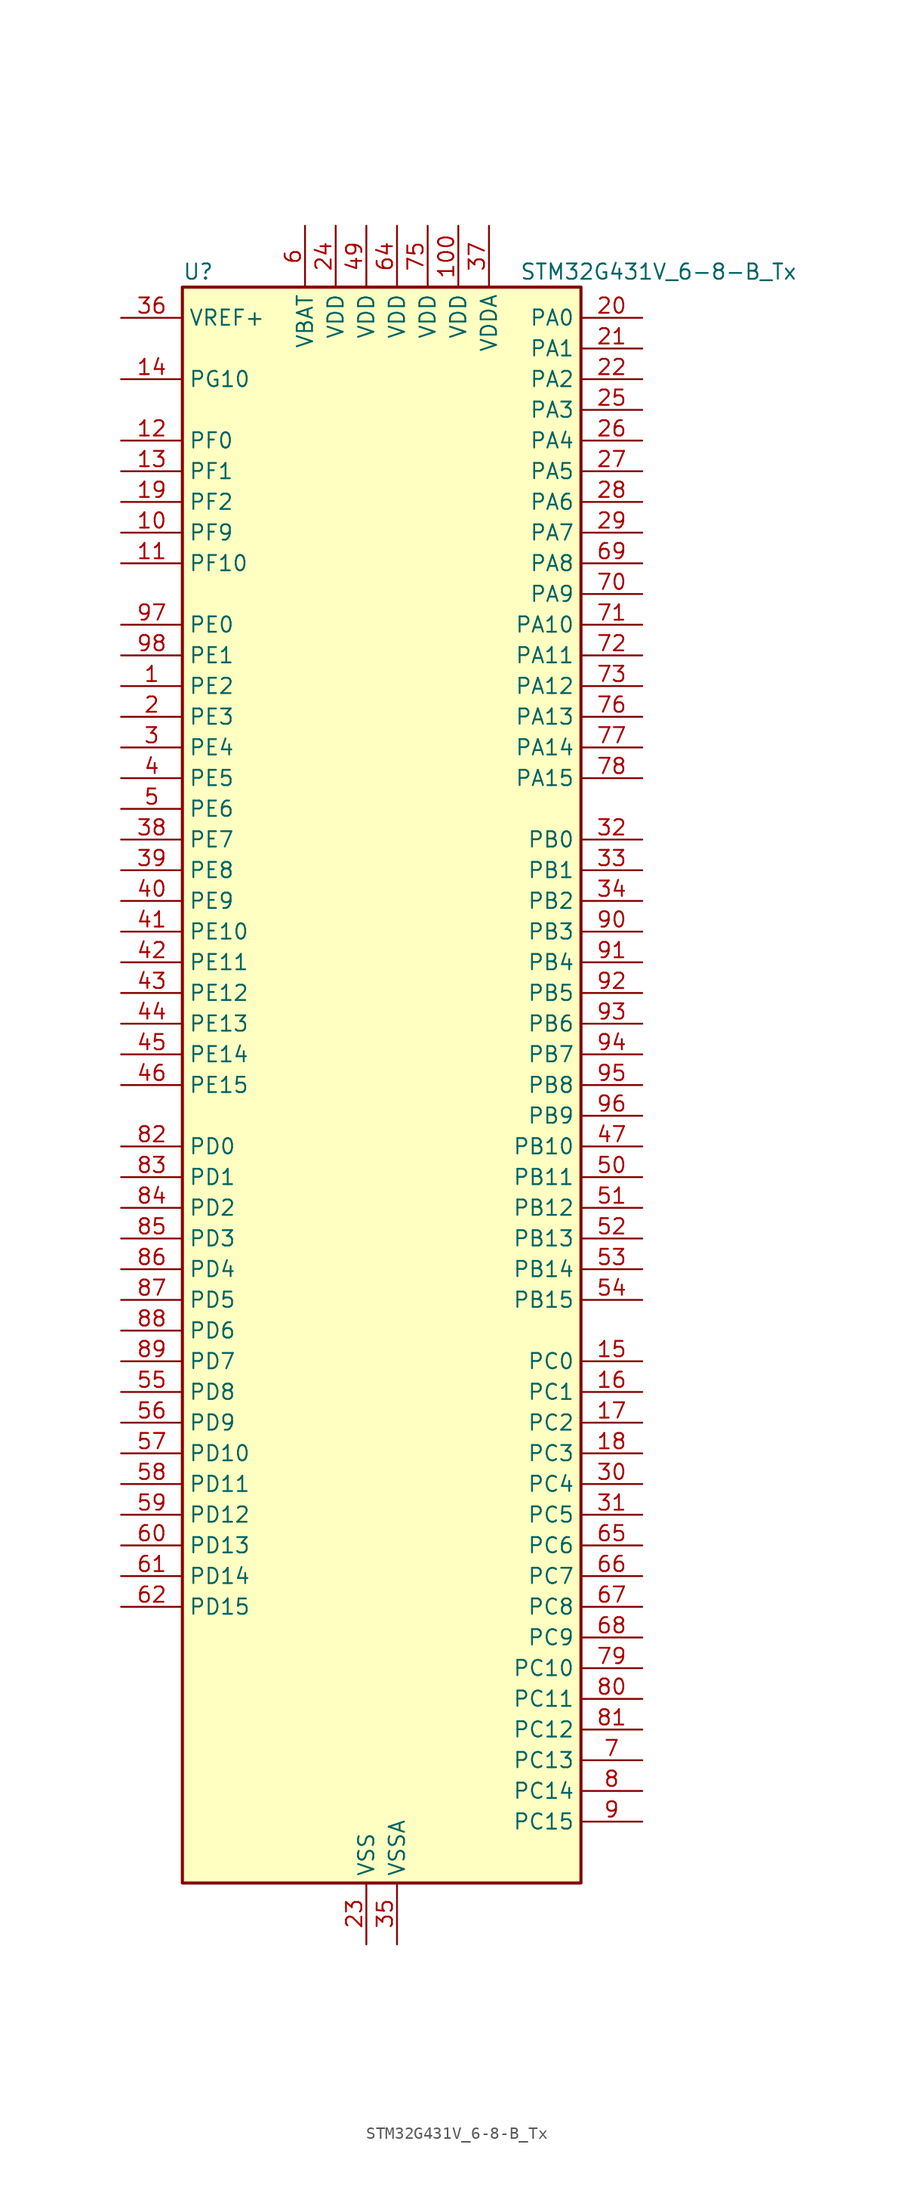
<source format=kicad_sym>
(kicad_symbol_lib
  (version 20231120)
  (generator "kicad_symbol_editor")
  (generator_version "8.0")
  (symbol "STM32G431V_6-8-B_Tx"
    (property "Reference" "U"
      (at -15.24 67.31 0)
      (effects (font (size 1.27 1.27)) (justify left)))
    (property "Value" "STM32G431V_6-8-B_Tx"
      (at 12.7 67.31 0)
      (effects (font (size 1.27 1.27)) (justify left)))
    (property "ki_locked" ""
      (at 0 0 0)
      (effects (font (size 1.27 1.27))))
    (symbol "STM32G431V_6-8-B_Tx_0_1"
      (rectangle (start -15.24 -66.04) (end 17.78 66.04) (stroke (width 0.254) (type default)) (fill (type background))))
    (symbol "STM32G431V_6-8-B_Tx_1_1"
      (pin bidirectional line (at -20.32 33.02 0) (length 5.08) (name "PE2" (effects (font (size 1.27 1.27)))) (number "1" (effects (font (size 1.27 1.27)))) (alternate "SAI1_CK1" bidirectional line) (alternate "SAI1_MCLK_A" bidirectional line) (alternate "SYS_TRACECLK" bidirectional line) (alternate "TIM3_CH1" bidirectional line))
      (pin bidirectional line (at -20.32 45.72 0) (length 5.08) (name "PF9" (effects (font (size 1.27 1.27)))) (number "10" (effects (font (size 1.27 1.27)))) (alternate "DAC1_EXTI9" bidirectional line) (alternate "DAC3_EXTI9" bidirectional line) (alternate "SAI1_FS_B" bidirectional line) (alternate "SPI2_SCK" bidirectional line) (alternate "TIM15_CH1" bidirectional line))
      (pin power_in line (at 7.62 71.12 270) (length 5.08) (name "VDD" (effects (font (size 1.27 1.27)))) (number "100" (effects (font (size 1.27 1.27)))))
      (pin bidirectional line (at -20.32 43.18 0) (length 5.08) (name "PF10" (effects (font (size 1.27 1.27)))) (number "11" (effects (font (size 1.27 1.27)))) (alternate "DAC1_EXTI10" bidirectional line) (alternate "DAC3_EXTI10" bidirectional line) (alternate "SAI1_D3" bidirectional line) (alternate "SPI2_SCK" bidirectional line) (alternate "TIM15_CH2" bidirectional line))
      (pin bidirectional line (at -20.32 53.34 0) (length 5.08) (name "PF0" (effects (font (size 1.27 1.27)))) (number "12" (effects (font (size 1.27 1.27)))) (alternate "ADC1_IN10" bidirectional line) (alternate "I2C2_SDA" bidirectional line) (alternate "I2S2_WS" bidirectional line) (alternate "RCC_OSC_IN" bidirectional line) (alternate "SPI2_NSS" bidirectional line) (alternate "TIM1_CH3N" bidirectional line))
      (pin bidirectional line (at -20.32 50.8 0) (length 5.08) (name "PF1" (effects (font (size 1.27 1.27)))) (number "13" (effects (font (size 1.27 1.27)))) (alternate "ADC2_IN10" bidirectional line) (alternate "COMP3_INM" bidirectional line) (alternate "I2S2_CK" bidirectional line) (alternate "RCC_OSC_OUT" bidirectional line) (alternate "SPI2_SCK" bidirectional line))
      (pin bidirectional line (at -20.32 58.42 0) (length 5.08) (name "PG10" (effects (font (size 1.27 1.27)))) (number "14" (effects (font (size 1.27 1.27)))) (alternate "DAC1_EXTI10" bidirectional line) (alternate "DAC3_EXTI10" bidirectional line) (alternate "RCC_MCO" bidirectional line))
      (pin bidirectional line (at 22.86 -22.86 180) (length 5.08) (name "PC0" (effects (font (size 1.27 1.27)))) (number "15" (effects (font (size 1.27 1.27)))) (alternate "ADC1_IN6" bidirectional line) (alternate "ADC2_IN6" bidirectional line) (alternate "COMP3_INM" bidirectional line) (alternate "LPTIM1_IN1" bidirectional line) (alternate "LPUART1_RX" bidirectional line) (alternate "TIM1_CH1" bidirectional line))
      (pin bidirectional line (at 22.86 -25.4 180) (length 5.08) (name "PC1" (effects (font (size 1.27 1.27)))) (number "16" (effects (font (size 1.27 1.27)))) (alternate "ADC1_IN7" bidirectional line) (alternate "ADC2_IN7" bidirectional line) (alternate "COMP3_INP" bidirectional line) (alternate "LPTIM1_OUT" bidirectional line) (alternate "LPUART1_TX" bidirectional line) (alternate "SAI1_SD_A" bidirectional line) (alternate "TIM1_CH2" bidirectional line))
      (pin bidirectional line (at 22.86 -27.94 180) (length 5.08) (name "PC2" (effects (font (size 1.27 1.27)))) (number "17" (effects (font (size 1.27 1.27)))) (alternate "ADC1_IN8" bidirectional line) (alternate "ADC2_IN8" bidirectional line) (alternate "COMP3_OUT" bidirectional line) (alternate "LPTIM1_IN2" bidirectional line) (alternate "TIM1_CH3" bidirectional line))
      (pin bidirectional line (at 22.86 -30.48 180) (length 5.08) (name "PC3" (effects (font (size 1.27 1.27)))) (number "18" (effects (font (size 1.27 1.27)))) (alternate "ADC1_IN9" bidirectional line) (alternate "ADC2_IN9" bidirectional line) (alternate "LPTIM1_ETR" bidirectional line) (alternate "SAI1_D1" bidirectional line) (alternate "SAI1_SD_A" bidirectional line) (alternate "TIM1_BKIN2" bidirectional line) (alternate "TIM1_CH4" bidirectional line))
      (pin bidirectional line (at -20.32 48.26 0) (length 5.08) (name "PF2" (effects (font (size 1.27 1.27)))) (number "19" (effects (font (size 1.27 1.27)))) (alternate "I2C2_SMBA" bidirectional line))
      (pin bidirectional line (at -20.32 30.48 0) (length 5.08) (name "PE3" (effects (font (size 1.27 1.27)))) (number "2" (effects (font (size 1.27 1.27)))) (alternate "SAI1_SD_B" bidirectional line) (alternate "SYS_TRACED0" bidirectional line) (alternate "TIM3_CH2" bidirectional line))
      (pin bidirectional line (at 22.86 63.5 180) (length 5.08) (name "PA0" (effects (font (size 1.27 1.27)))) (number "20" (effects (font (size 1.27 1.27)))) (alternate "ADC1_IN1" bidirectional line) (alternate "ADC2_IN1" bidirectional line) (alternate "COMP1_INM" bidirectional line) (alternate "COMP1_OUT" bidirectional line) (alternate "COMP3_INP" bidirectional line) (alternate "RTC_TAMP2" bidirectional line) (alternate "SYS_WKUP1" bidirectional line) (alternate "TIM2_CH1" bidirectional line) (alternate "TIM2_ETR" bidirectional line) (alternate "TIM8_BKIN" bidirectional line) (alternate "TIM8_ETR" bidirectional line) (alternate "USART2_CTS" bidirectional line) (alternate "USART2_NSS" bidirectional line))
      (pin bidirectional line (at 22.86 60.96 180) (length 5.08) (name "PA1" (effects (font (size 1.27 1.27)))) (number "21" (effects (font (size 1.27 1.27)))) (alternate "ADC1_IN2" bidirectional line) (alternate "ADC2_IN2" bidirectional line) (alternate "COMP1_INP" bidirectional line) (alternate "OPAMP1_VINP" bidirectional line) (alternate "OPAMP1_VINP_SEC" bidirectional line) (alternate "OPAMP3_VINP" bidirectional line) (alternate "OPAMP3_VINP_SEC" bidirectional line) (alternate "RTC_REFIN" bidirectional line) (alternate "TIM15_CH1N" bidirectional line) (alternate "TIM2_CH2" bidirectional line) (alternate "USART2_DE" bidirectional line) (alternate "USART2_RTS" bidirectional line))
      (pin bidirectional line (at 22.86 58.42 180) (length 5.08) (name "PA2" (effects (font (size 1.27 1.27)))) (number "22" (effects (font (size 1.27 1.27)))) (alternate "ADC1_IN3" bidirectional line) (alternate "COMP2_INM" bidirectional line) (alternate "COMP2_OUT" bidirectional line) (alternate "LPUART1_TX" bidirectional line) (alternate "OPAMP1_VOUT" bidirectional line) (alternate "RCC_LSCO" bidirectional line) (alternate "SYS_WKUP4" bidirectional line) (alternate "TIM15_CH1" bidirectional line) (alternate "TIM2_CH3" bidirectional line) (alternate "UCPD1_FRSTX1" bidirectional line) (alternate "UCPD1_FRSTX2" bidirectional line) (alternate "USART2_TX" bidirectional line))
      (pin power_in line (at 0 -71.12 90) (length 5.08) (name "VSS" (effects (font (size 1.27 1.27)))) (number "23" (effects (font (size 1.27 1.27)))))
      (pin power_in line (at -2.54 71.12 270) (length 5.08) (name "VDD" (effects (font (size 1.27 1.27)))) (number "24" (effects (font (size 1.27 1.27)))))
      (pin bidirectional line (at 22.86 55.88 180) (length 5.08) (name "PA3" (effects (font (size 1.27 1.27)))) (number "25" (effects (font (size 1.27 1.27)))) (alternate "ADC1_IN4" bidirectional line) (alternate "COMP2_INP" bidirectional line) (alternate "LPUART1_RX" bidirectional line) (alternate "OPAMP1_VINM" bidirectional line) (alternate "OPAMP1_VINM0" bidirectional line) (alternate "OPAMP1_VINM_SEC" bidirectional line) (alternate "OPAMP1_VINP" bidirectional line) (alternate "OPAMP1_VINP_SEC" bidirectional line) (alternate "SAI1_CK1" bidirectional line) (alternate "SAI1_MCLK_A" bidirectional line) (alternate "TIM15_CH2" bidirectional line) (alternate "TIM2_CH4" bidirectional line) (alternate "USART2_RX" bidirectional line))
      (pin bidirectional line (at 22.86 53.34 180) (length 5.08) (name "PA4" (effects (font (size 1.27 1.27)))) (number "26" (effects (font (size 1.27 1.27)))) (alternate "ADC2_IN17" bidirectional line) (alternate "COMP1_INM" bidirectional line) (alternate "DAC1_OUT1" bidirectional line) (alternate "I2S3_WS" bidirectional line) (alternate "SAI1_FS_B" bidirectional line) (alternate "SPI1_NSS" bidirectional line) (alternate "SPI3_NSS" bidirectional line) (alternate "TIM3_CH2" bidirectional line) (alternate "USART2_CK" bidirectional line))
      (pin bidirectional line (at 22.86 50.8 180) (length 5.08) (name "PA5" (effects (font (size 1.27 1.27)))) (number "27" (effects (font (size 1.27 1.27)))) (alternate "ADC2_IN13" bidirectional line) (alternate "COMP2_INM" bidirectional line) (alternate "DAC1_OUT2" bidirectional line) (alternate "OPAMP2_VINM" bidirectional line) (alternate "OPAMP2_VINM0" bidirectional line) (alternate "OPAMP2_VINM_SEC" bidirectional line) (alternate "SPI1_SCK" bidirectional line) (alternate "TIM2_CH1" bidirectional line) (alternate "TIM2_ETR" bidirectional line) (alternate "UCPD1_FRSTX1" bidirectional line) (alternate "UCPD1_FRSTX2" bidirectional line))
      (pin bidirectional line (at 22.86 48.26 180) (length 5.08) (name "PA6" (effects (font (size 1.27 1.27)))) (number "28" (effects (font (size 1.27 1.27)))) (alternate "ADC2_IN3" bidirectional line) (alternate "COMP1_OUT" bidirectional line) (alternate "LPUART1_CTS" bidirectional line) (alternate "OPAMP2_VOUT" bidirectional line) (alternate "SPI1_MISO" bidirectional line) (alternate "TIM16_CH1" bidirectional line) (alternate "TIM1_BKIN" bidirectional line) (alternate "TIM3_CH1" bidirectional line) (alternate "TIM8_BKIN" bidirectional line))
      (pin bidirectional line (at 22.86 45.72 180) (length 5.08) (name "PA7" (effects (font (size 1.27 1.27)))) (number "29" (effects (font (size 1.27 1.27)))) (alternate "ADC2_IN4" bidirectional line) (alternate "COMP2_INP" bidirectional line) (alternate "COMP2_OUT" bidirectional line) (alternate "OPAMP1_VINP" bidirectional line) (alternate "OPAMP1_VINP_SEC" bidirectional line) (alternate "OPAMP2_VINP" bidirectional line) (alternate "OPAMP2_VINP_SEC" bidirectional line) (alternate "SPI1_MOSI" bidirectional line) (alternate "TIM17_CH1" bidirectional line) (alternate "TIM1_CH1N" bidirectional line) (alternate "TIM3_CH2" bidirectional line) (alternate "TIM8_CH1N" bidirectional line) (alternate "UCPD1_FRSTX1" bidirectional line) (alternate "UCPD1_FRSTX2" bidirectional line))
      (pin bidirectional line (at -20.32 27.94 0) (length 5.08) (name "PE4" (effects (font (size 1.27 1.27)))) (number "3" (effects (font (size 1.27 1.27)))) (alternate "SAI1_D2" bidirectional line) (alternate "SAI1_FS_A" bidirectional line) (alternate "SYS_TRACED1" bidirectional line) (alternate "TIM3_CH3" bidirectional line))
      (pin bidirectional line (at 22.86 -33.02 180) (length 5.08) (name "PC4" (effects (font (size 1.27 1.27)))) (number "30" (effects (font (size 1.27 1.27)))) (alternate "ADC2_IN5" bidirectional line) (alternate "I2C2_SCL" bidirectional line) (alternate "TIM1_ETR" bidirectional line) (alternate "USART1_TX" bidirectional line))
      (pin bidirectional line (at 22.86 -35.56 180) (length 5.08) (name "PC5" (effects (font (size 1.27 1.27)))) (number "31" (effects (font (size 1.27 1.27)))) (alternate "ADC2_IN11" bidirectional line) (alternate "OPAMP1_VINM" bidirectional line) (alternate "OPAMP1_VINM1" bidirectional line) (alternate "OPAMP1_VINM_SEC" bidirectional line) (alternate "OPAMP2_VINM" bidirectional line) (alternate "OPAMP2_VINM1" bidirectional line) (alternate "OPAMP2_VINM_SEC" bidirectional line) (alternate "SAI1_D3" bidirectional line) (alternate "SYS_WKUP5" bidirectional line) (alternate "TIM15_BKIN" bidirectional line) (alternate "TIM1_CH4N" bidirectional line) (alternate "USART1_RX" bidirectional line))
      (pin bidirectional line (at 22.86 20.32 180) (length 5.08) (name "PB0" (effects (font (size 1.27 1.27)))) (number "32" (effects (font (size 1.27 1.27)))) (alternate "ADC1_IN15" bidirectional line) (alternate "COMP4_INP" bidirectional line) (alternate "OPAMP2_VINP" bidirectional line) (alternate "OPAMP2_VINP_SEC" bidirectional line) (alternate "OPAMP3_VINP" bidirectional line) (alternate "OPAMP3_VINP_SEC" bidirectional line) (alternate "TIM1_CH2N" bidirectional line) (alternate "TIM3_CH3" bidirectional line) (alternate "TIM8_CH2N" bidirectional line) (alternate "UCPD1_FRSTX1" bidirectional line) (alternate "UCPD1_FRSTX2" bidirectional line))
      (pin bidirectional line (at 22.86 17.78 180) (length 5.08) (name "PB1" (effects (font (size 1.27 1.27)))) (number "33" (effects (font (size 1.27 1.27)))) (alternate "ADC1_IN12" bidirectional line) (alternate "COMP1_INP" bidirectional line) (alternate "COMP4_OUT" bidirectional line) (alternate "LPUART1_DE" bidirectional line) (alternate "LPUART1_RTS" bidirectional line) (alternate "OPAMP3_VOUT" bidirectional line) (alternate "TIM1_CH3N" bidirectional line) (alternate "TIM3_CH4" bidirectional line) (alternate "TIM8_CH3N" bidirectional line))
      (pin bidirectional line (at 22.86 15.24 180) (length 5.08) (name "PB2" (effects (font (size 1.27 1.27)))) (number "34" (effects (font (size 1.27 1.27)))) (alternate "ADC2_IN12" bidirectional line) (alternate "COMP4_INM" bidirectional line) (alternate "I2C3_SMBA" bidirectional line) (alternate "LPTIM1_OUT" bidirectional line) (alternate "OPAMP3_VINM" bidirectional line) (alternate "OPAMP3_VINM0" bidirectional line) (alternate "OPAMP3_VINM_SEC" bidirectional line) (alternate "RTC_OUT2" bidirectional line))
      (pin power_in line (at 2.54 -71.12 90) (length 5.08) (name "VSSA" (effects (font (size 1.27 1.27)))) (number "35" (effects (font (size 1.27 1.27)))))
      (pin input line (at -20.32 63.5 0) (length 5.08) (name "VREF+" (effects (font (size 1.27 1.27)))) (number "36" (effects (font (size 1.27 1.27)))) (alternate "VREFBUF_OUT" bidirectional line))
      (pin power_in line (at 10.16 71.12 270) (length 5.08) (name "VDDA" (effects (font (size 1.27 1.27)))) (number "37" (effects (font (size 1.27 1.27)))))
      (pin bidirectional line (at -20.32 20.32 0) (length 5.08) (name "PE7" (effects (font (size 1.27 1.27)))) (number "38" (effects (font (size 1.27 1.27)))) (alternate "COMP4_INP" bidirectional line) (alternate "SAI1_SD_B" bidirectional line) (alternate "TIM1_ETR" bidirectional line))
      (pin bidirectional line (at -20.32 17.78 0) (length 5.08) (name "PE8" (effects (font (size 1.27 1.27)))) (number "39" (effects (font (size 1.27 1.27)))) (alternate "COMP4_INM" bidirectional line) (alternate "SAI1_SCK_B" bidirectional line) (alternate "TIM1_CH1N" bidirectional line))
      (pin bidirectional line (at -20.32 25.4 0) (length 5.08) (name "PE5" (effects (font (size 1.27 1.27)))) (number "4" (effects (font (size 1.27 1.27)))) (alternate "SAI1_CK2" bidirectional line) (alternate "SAI1_SCK_A" bidirectional line) (alternate "SYS_TRACED2" bidirectional line) (alternate "TIM3_CH4" bidirectional line))
      (pin bidirectional line (at -20.32 15.24 0) (length 5.08) (name "PE9" (effects (font (size 1.27 1.27)))) (number "40" (effects (font (size 1.27 1.27)))) (alternate "DAC1_EXTI9" bidirectional line) (alternate "DAC3_EXTI9" bidirectional line) (alternate "SAI1_FS_B" bidirectional line) (alternate "TIM1_CH1" bidirectional line))
      (pin bidirectional line (at -20.32 12.7 0) (length 5.08) (name "PE10" (effects (font (size 1.27 1.27)))) (number "41" (effects (font (size 1.27 1.27)))) (alternate "DAC1_EXTI10" bidirectional line) (alternate "DAC3_EXTI10" bidirectional line) (alternate "SAI1_MCLK_B" bidirectional line) (alternate "TIM1_CH2N" bidirectional line))
      (pin bidirectional line (at -20.32 10.16 0) (length 5.08) (name "PE11" (effects (font (size 1.27 1.27)))) (number "42" (effects (font (size 1.27 1.27)))) (alternate "ADC1_EXTI11" bidirectional line) (alternate "ADC2_EXTI11" bidirectional line) (alternate "TIM1_CH2" bidirectional line))
      (pin bidirectional line (at -20.32 7.62 0) (length 5.08) (name "PE12" (effects (font (size 1.27 1.27)))) (number "43" (effects (font (size 1.27 1.27)))) (alternate "TIM1_CH3N" bidirectional line))
      (pin bidirectional line (at -20.32 5.08 0) (length 5.08) (name "PE13" (effects (font (size 1.27 1.27)))) (number "44" (effects (font (size 1.27 1.27)))) (alternate "TIM1_CH3" bidirectional line))
      (pin bidirectional line (at -20.32 2.54 0) (length 5.08) (name "PE14" (effects (font (size 1.27 1.27)))) (number "45" (effects (font (size 1.27 1.27)))) (alternate "TIM1_BKIN2" bidirectional line) (alternate "TIM1_CH4" bidirectional line))
      (pin bidirectional line (at -20.32 0 0) (length 5.08) (name "PE15" (effects (font (size 1.27 1.27)))) (number "46" (effects (font (size 1.27 1.27)))) (alternate "ADC1_EXTI15" bidirectional line) (alternate "ADC2_EXTI15" bidirectional line) (alternate "TIM1_BKIN" bidirectional line) (alternate "TIM1_CH4N" bidirectional line) (alternate "USART3_RX" bidirectional line))
      (pin bidirectional line (at 22.86 -5.08 180) (length 5.08) (name "PB10" (effects (font (size 1.27 1.27)))) (number "47" (effects (font (size 1.27 1.27)))) (alternate "DAC1_EXTI10" bidirectional line) (alternate "DAC3_EXTI10" bidirectional line) (alternate "LPUART1_RX" bidirectional line) (alternate "OPAMP3_VINM" bidirectional line) (alternate "OPAMP3_VINM1" bidirectional line) (alternate "OPAMP3_VINM_SEC" bidirectional line) (alternate "SAI1_SCK_A" bidirectional line) (alternate "TIM1_BKIN" bidirectional line) (alternate "TIM2_CH3" bidirectional line) (alternate "USART3_TX" bidirectional line))
      (pin passive line (at 0 -71.12 90) (length 5.08) hide (name "VSS" (effects (font (size 1.27 1.27)))) (number "48" (effects (font (size 1.27 1.27)))))
      (pin power_in line (at 0 71.12 270) (length 5.08) (name "VDD" (effects (font (size 1.27 1.27)))) (number "49" (effects (font (size 1.27 1.27)))))
      (pin bidirectional line (at -20.32 22.86 0) (length 5.08) (name "PE6" (effects (font (size 1.27 1.27)))) (number "5" (effects (font (size 1.27 1.27)))) (alternate "RTC_TAMP3" bidirectional line) (alternate "SAI1_D1" bidirectional line) (alternate "SAI1_SD_A" bidirectional line) (alternate "SYS_TRACED3" bidirectional line) (alternate "SYS_WKUP3" bidirectional line))
      (pin bidirectional line (at 22.86 -7.62 180) (length 5.08) (name "PB11" (effects (font (size 1.27 1.27)))) (number "50" (effects (font (size 1.27 1.27)))) (alternate "ADC1_EXTI11" bidirectional line) (alternate "ADC1_IN14" bidirectional line) (alternate "ADC2_EXTI11" bidirectional line) (alternate "ADC2_IN14" bidirectional line) (alternate "LPUART1_TX" bidirectional line) (alternate "TIM2_CH4" bidirectional line) (alternate "USART3_RX" bidirectional line))
      (pin bidirectional line (at 22.86 -10.16 180) (length 5.08) (name "PB12" (effects (font (size 1.27 1.27)))) (number "51" (effects (font (size 1.27 1.27)))) (alternate "ADC1_IN11" bidirectional line) (alternate "I2C2_SMBA" bidirectional line) (alternate "I2S2_WS" bidirectional line) (alternate "LPUART1_DE" bidirectional line) (alternate "LPUART1_RTS" bidirectional line) (alternate "SPI2_NSS" bidirectional line) (alternate "TIM1_BKIN" bidirectional line) (alternate "USART3_CK" bidirectional line))
      (pin bidirectional line (at 22.86 -12.7 180) (length 5.08) (name "PB13" (effects (font (size 1.27 1.27)))) (number "52" (effects (font (size 1.27 1.27)))) (alternate "I2S2_CK" bidirectional line) (alternate "LPUART1_CTS" bidirectional line) (alternate "OPAMP3_VINP" bidirectional line) (alternate "OPAMP3_VINP_SEC" bidirectional line) (alternate "SPI2_SCK" bidirectional line) (alternate "TIM1_CH1N" bidirectional line) (alternate "USART3_CTS" bidirectional line) (alternate "USART3_NSS" bidirectional line))
      (pin bidirectional line (at 22.86 -15.24 180) (length 5.08) (name "PB14" (effects (font (size 1.27 1.27)))) (number "53" (effects (font (size 1.27 1.27)))) (alternate "ADC1_IN5" bidirectional line) (alternate "COMP4_OUT" bidirectional line) (alternate "OPAMP2_VINP" bidirectional line) (alternate "OPAMP2_VINP_SEC" bidirectional line) (alternate "SPI2_MISO" bidirectional line) (alternate "TIM15_CH1" bidirectional line) (alternate "TIM1_CH2N" bidirectional line) (alternate "USART3_DE" bidirectional line) (alternate "USART3_RTS" bidirectional line))
      (pin bidirectional line (at 22.86 -17.78 180) (length 5.08) (name "PB15" (effects (font (size 1.27 1.27)))) (number "54" (effects (font (size 1.27 1.27)))) (alternate "ADC1_EXTI15" bidirectional line) (alternate "ADC2_EXTI15" bidirectional line) (alternate "ADC2_IN15" bidirectional line) (alternate "COMP3_OUT" bidirectional line) (alternate "I2S2_SD" bidirectional line) (alternate "RTC_REFIN" bidirectional line) (alternate "SPI2_MOSI" bidirectional line) (alternate "TIM15_CH1N" bidirectional line) (alternate "TIM15_CH2" bidirectional line) (alternate "TIM1_CH3N" bidirectional line))
      (pin bidirectional line (at -20.32 -25.4 0) (length 5.08) (name "PD8" (effects (font (size 1.27 1.27)))) (number "55" (effects (font (size 1.27 1.27)))) (alternate "USART3_TX" bidirectional line))
      (pin bidirectional line (at -20.32 -27.94 0) (length 5.08) (name "PD9" (effects (font (size 1.27 1.27)))) (number "56" (effects (font (size 1.27 1.27)))) (alternate "DAC1_EXTI9" bidirectional line) (alternate "DAC3_EXTI9" bidirectional line) (alternate "USART3_RX" bidirectional line))
      (pin bidirectional line (at -20.32 -30.48 0) (length 5.08) (name "PD10" (effects (font (size 1.27 1.27)))) (number "57" (effects (font (size 1.27 1.27)))) (alternate "DAC1_EXTI10" bidirectional line) (alternate "DAC3_EXTI10" bidirectional line) (alternate "USART3_CK" bidirectional line))
      (pin bidirectional line (at -20.32 -33.02 0) (length 5.08) (name "PD11" (effects (font (size 1.27 1.27)))) (number "58" (effects (font (size 1.27 1.27)))) (alternate "ADC1_EXTI11" bidirectional line) (alternate "ADC2_EXTI11" bidirectional line) (alternate "USART3_CTS" bidirectional line) (alternate "USART3_NSS" bidirectional line))
      (pin bidirectional line (at -20.32 -35.56 0) (length 5.08) (name "PD12" (effects (font (size 1.27 1.27)))) (number "59" (effects (font (size 1.27 1.27)))) (alternate "TIM4_CH1" bidirectional line) (alternate "USART3_DE" bidirectional line) (alternate "USART3_RTS" bidirectional line))
      (pin power_in line (at -5.08 71.12 270) (length 5.08) (name "VBAT" (effects (font (size 1.27 1.27)))) (number "6" (effects (font (size 1.27 1.27)))))
      (pin bidirectional line (at -20.32 -38.1 0) (length 5.08) (name "PD13" (effects (font (size 1.27 1.27)))) (number "60" (effects (font (size 1.27 1.27)))) (alternate "TIM4_CH2" bidirectional line))
      (pin bidirectional line (at -20.32 -40.64 0) (length 5.08) (name "PD14" (effects (font (size 1.27 1.27)))) (number "61" (effects (font (size 1.27 1.27)))) (alternate "OPAMP2_VINP" bidirectional line) (alternate "OPAMP2_VINP_SEC" bidirectional line) (alternate "TIM4_CH3" bidirectional line))
      (pin bidirectional line (at -20.32 -43.18 0) (length 5.08) (name "PD15" (effects (font (size 1.27 1.27)))) (number "62" (effects (font (size 1.27 1.27)))) (alternate "ADC1_EXTI15" bidirectional line) (alternate "ADC2_EXTI15" bidirectional line) (alternate "SPI2_NSS" bidirectional line) (alternate "TIM4_CH4" bidirectional line))
      (pin passive line (at 0 -71.12 90) (length 5.08) hide (name "VSS" (effects (font (size 1.27 1.27)))) (number "63" (effects (font (size 1.27 1.27)))))
      (pin power_in line (at 2.54 71.12 270) (length 5.08) (name "VDD" (effects (font (size 1.27 1.27)))) (number "64" (effects (font (size 1.27 1.27)))))
      (pin bidirectional line (at 22.86 -38.1 180) (length 5.08) (name "PC6" (effects (font (size 1.27 1.27)))) (number "65" (effects (font (size 1.27 1.27)))) (alternate "I2S2_MCK" bidirectional line) (alternate "TIM3_CH1" bidirectional line) (alternate "TIM8_CH1" bidirectional line))
      (pin bidirectional line (at 22.86 -40.64 180) (length 5.08) (name "PC7" (effects (font (size 1.27 1.27)))) (number "66" (effects (font (size 1.27 1.27)))) (alternate "I2S3_MCK" bidirectional line) (alternate "TIM3_CH2" bidirectional line) (alternate "TIM8_CH2" bidirectional line))
      (pin bidirectional line (at 22.86 -43.18 180) (length 5.08) (name "PC8" (effects (font (size 1.27 1.27)))) (number "67" (effects (font (size 1.27 1.27)))) (alternate "I2C3_SCL" bidirectional line) (alternate "TIM3_CH3" bidirectional line) (alternate "TIM8_CH3" bidirectional line))
      (pin bidirectional line (at 22.86 -45.72 180) (length 5.08) (name "PC9" (effects (font (size 1.27 1.27)))) (number "68" (effects (font (size 1.27 1.27)))) (alternate "DAC1_EXTI9" bidirectional line) (alternate "DAC3_EXTI9" bidirectional line) (alternate "I2C3_SDA" bidirectional line) (alternate "I2S_CKIN" bidirectional line) (alternate "TIM3_CH4" bidirectional line) (alternate "TIM8_BKIN2" bidirectional line) (alternate "TIM8_CH4" bidirectional line))
      (pin bidirectional line (at 22.86 43.18 180) (length 5.08) (name "PA8" (effects (font (size 1.27 1.27)))) (number "69" (effects (font (size 1.27 1.27)))) (alternate "I2C2_SDA" bidirectional line) (alternate "I2C3_SCL" bidirectional line) (alternate "I2S2_MCK" bidirectional line) (alternate "RCC_MCO" bidirectional line) (alternate "SAI1_CK2" bidirectional line) (alternate "SAI1_SCK_A" bidirectional line) (alternate "TIM1_CH1" bidirectional line) (alternate "TIM4_ETR" bidirectional line) (alternate "USART1_CK" bidirectional line))
      (pin bidirectional line (at 22.86 -55.88 180) (length 5.08) (name "PC13" (effects (font (size 1.27 1.27)))) (number "7" (effects (font (size 1.27 1.27)))) (alternate "RTC_OUT1" bidirectional line) (alternate "RTC_TAMP1" bidirectional line) (alternate "RTC_TS" bidirectional line) (alternate "SYS_WKUP2" bidirectional line) (alternate "TIM1_BKIN" bidirectional line) (alternate "TIM1_CH1N" bidirectional line) (alternate "TIM8_CH4N" bidirectional line))
      (pin bidirectional line (at 22.86 40.64 180) (length 5.08) (name "PA9" (effects (font (size 1.27 1.27)))) (number "70" (effects (font (size 1.27 1.27)))) (alternate "DAC1_EXTI9" bidirectional line) (alternate "DAC3_EXTI9" bidirectional line) (alternate "I2C2_SCL" bidirectional line) (alternate "I2C3_SMBA" bidirectional line) (alternate "I2S3_MCK" bidirectional line) (alternate "SAI1_FS_A" bidirectional line) (alternate "TIM15_BKIN" bidirectional line) (alternate "TIM1_CH2" bidirectional line) (alternate "TIM2_CH3" bidirectional line) (alternate "UCPD1_DBCC1" bidirectional line) (alternate "USART1_TX" bidirectional line))
      (pin bidirectional line (at 22.86 38.1 180) (length 5.08) (name "PA10" (effects (font (size 1.27 1.27)))) (number "71" (effects (font (size 1.27 1.27)))) (alternate "CRS_SYNC" bidirectional line) (alternate "DAC1_EXTI10" bidirectional line) (alternate "DAC3_EXTI10" bidirectional line) (alternate "I2C2_SMBA" bidirectional line) (alternate "SAI1_D1" bidirectional line) (alternate "SAI1_SD_A" bidirectional line) (alternate "SPI2_MISO" bidirectional line) (alternate "TIM17_BKIN" bidirectional line) (alternate "TIM1_CH3" bidirectional line) (alternate "TIM2_CH4" bidirectional line) (alternate "TIM8_BKIN" bidirectional line) (alternate "UCPD1_DBCC2" bidirectional line) (alternate "USART1_RX" bidirectional line))
      (pin bidirectional line (at 22.86 35.56 180) (length 5.08) (name "PA11" (effects (font (size 1.27 1.27)))) (number "72" (effects (font (size 1.27 1.27)))) (alternate "ADC1_EXTI11" bidirectional line) (alternate "ADC2_EXTI11" bidirectional line) (alternate "COMP1_OUT" bidirectional line) (alternate "FDCAN1_RX" bidirectional line) (alternate "I2S2_SD" bidirectional line) (alternate "SPI2_MOSI" bidirectional line) (alternate "TIM1_BKIN2" bidirectional line) (alternate "TIM1_CH1N" bidirectional line) (alternate "TIM1_CH4" bidirectional line) (alternate "TIM4_CH1" bidirectional line) (alternate "USART1_CTS" bidirectional line) (alternate "USART1_NSS" bidirectional line) (alternate "USB_DM" bidirectional line))
      (pin bidirectional line (at 22.86 33.02 180) (length 5.08) (name "PA12" (effects (font (size 1.27 1.27)))) (number "73" (effects (font (size 1.27 1.27)))) (alternate "COMP2_OUT" bidirectional line) (alternate "FDCAN1_TX" bidirectional line) (alternate "I2S_CKIN" bidirectional line) (alternate "TIM16_CH1" bidirectional line) (alternate "TIM1_CH2N" bidirectional line) (alternate "TIM1_ETR" bidirectional line) (alternate "TIM4_CH2" bidirectional line) (alternate "USART1_DE" bidirectional line) (alternate "USART1_RTS" bidirectional line) (alternate "USB_DP" bidirectional line))
      (pin passive line (at 0 -71.12 90) (length 5.08) hide (name "VSS" (effects (font (size 1.27 1.27)))) (number "74" (effects (font (size 1.27 1.27)))))
      (pin power_in line (at 5.08 71.12 270) (length 5.08) (name "VDD" (effects (font (size 1.27 1.27)))) (number "75" (effects (font (size 1.27 1.27)))))
      (pin bidirectional line (at 22.86 30.48 180) (length 5.08) (name "PA13" (effects (font (size 1.27 1.27)))) (number "76" (effects (font (size 1.27 1.27)))) (alternate "I2C1_SCL" bidirectional line) (alternate "IR_OUT" bidirectional line) (alternate "SAI1_SD_B" bidirectional line) (alternate "SYS_JTMS-SWDIO" bidirectional line) (alternate "TIM16_CH1N" bidirectional line) (alternate "TIM4_CH3" bidirectional line) (alternate "USART3_CTS" bidirectional line) (alternate "USART3_NSS" bidirectional line))
      (pin bidirectional line (at 22.86 27.94 180) (length 5.08) (name "PA14" (effects (font (size 1.27 1.27)))) (number "77" (effects (font (size 1.27 1.27)))) (alternate "I2C1_SDA" bidirectional line) (alternate "LPTIM1_OUT" bidirectional line) (alternate "SAI1_FS_B" bidirectional line) (alternate "SYS_JTCK-SWCLK" bidirectional line) (alternate "TIM1_BKIN" bidirectional line) (alternate "TIM8_CH2" bidirectional line) (alternate "USART2_TX" bidirectional line))
      (pin bidirectional line (at 22.86 25.4 180) (length 5.08) (name "PA15" (effects (font (size 1.27 1.27)))) (number "78" (effects (font (size 1.27 1.27)))) (alternate "ADC1_EXTI15" bidirectional line) (alternate "ADC2_EXTI15" bidirectional line) (alternate "I2C1_SCL" bidirectional line) (alternate "I2S3_WS" bidirectional line) (alternate "SPI1_NSS" bidirectional line) (alternate "SPI3_NSS" bidirectional line) (alternate "SYS_JTDI" bidirectional line) (alternate "TIM1_BKIN" bidirectional line) (alternate "TIM2_CH1" bidirectional line) (alternate "TIM2_ETR" bidirectional line) (alternate "TIM8_CH1" bidirectional line) (alternate "UART4_DE" bidirectional line) (alternate "UART4_RTS" bidirectional line) (alternate "USART2_RX" bidirectional line))
      (pin bidirectional line (at 22.86 -48.26 180) (length 5.08) (name "PC10" (effects (font (size 1.27 1.27)))) (number "79" (effects (font (size 1.27 1.27)))) (alternate "DAC1_EXTI10" bidirectional line) (alternate "DAC3_EXTI10" bidirectional line) (alternate "I2S3_CK" bidirectional line) (alternate "SPI3_SCK" bidirectional line) (alternate "TIM8_CH1N" bidirectional line) (alternate "UART4_TX" bidirectional line) (alternate "USART3_TX" bidirectional line))
      (pin bidirectional line (at 22.86 -58.42 180) (length 5.08) (name "PC14" (effects (font (size 1.27 1.27)))) (number "8" (effects (font (size 1.27 1.27)))) (alternate "RCC_OSC32_IN" bidirectional line))
      (pin bidirectional line (at 22.86 -50.8 180) (length 5.08) (name "PC11" (effects (font (size 1.27 1.27)))) (number "80" (effects (font (size 1.27 1.27)))) (alternate "ADC1_EXTI11" bidirectional line) (alternate "ADC2_EXTI11" bidirectional line) (alternate "I2C3_SDA" bidirectional line) (alternate "SPI3_MISO" bidirectional line) (alternate "TIM8_CH2N" bidirectional line) (alternate "UART4_RX" bidirectional line) (alternate "USART3_RX" bidirectional line))
      (pin bidirectional line (at 22.86 -53.34 180) (length 5.08) (name "PC12" (effects (font (size 1.27 1.27)))) (number "81" (effects (font (size 1.27 1.27)))) (alternate "I2S3_SD" bidirectional line) (alternate "SPI3_MOSI" bidirectional line) (alternate "TIM8_CH3N" bidirectional line) (alternate "UCPD1_FRSTX1" bidirectional line) (alternate "UCPD1_FRSTX2" bidirectional line) (alternate "USART3_CK" bidirectional line))
      (pin bidirectional line (at -20.32 -5.08 0) (length 5.08) (name "PD0" (effects (font (size 1.27 1.27)))) (number "82" (effects (font (size 1.27 1.27)))) (alternate "FDCAN1_RX" bidirectional line) (alternate "TIM8_CH4N" bidirectional line))
      (pin bidirectional line (at -20.32 -7.62 0) (length 5.08) (name "PD1" (effects (font (size 1.27 1.27)))) (number "83" (effects (font (size 1.27 1.27)))) (alternate "FDCAN1_TX" bidirectional line) (alternate "TIM8_BKIN2" bidirectional line) (alternate "TIM8_CH4" bidirectional line))
      (pin bidirectional line (at -20.32 -10.16 0) (length 5.08) (name "PD2" (effects (font (size 1.27 1.27)))) (number "84" (effects (font (size 1.27 1.27)))) (alternate "TIM3_ETR" bidirectional line) (alternate "TIM8_BKIN" bidirectional line))
      (pin bidirectional line (at -20.32 -12.7 0) (length 5.08) (name "PD3" (effects (font (size 1.27 1.27)))) (number "85" (effects (font (size 1.27 1.27)))) (alternate "TIM2_CH1" bidirectional line) (alternate "TIM2_ETR" bidirectional line) (alternate "USART2_CTS" bidirectional line) (alternate "USART2_NSS" bidirectional line))
      (pin bidirectional line (at -20.32 -15.24 0) (length 5.08) (name "PD4" (effects (font (size 1.27 1.27)))) (number "86" (effects (font (size 1.27 1.27)))) (alternate "TIM2_CH2" bidirectional line) (alternate "USART2_DE" bidirectional line) (alternate "USART2_RTS" bidirectional line))
      (pin bidirectional line (at -20.32 -17.78 0) (length 5.08) (name "PD5" (effects (font (size 1.27 1.27)))) (number "87" (effects (font (size 1.27 1.27)))) (alternate "USART2_TX" bidirectional line))
      (pin bidirectional line (at -20.32 -20.32 0) (length 5.08) (name "PD6" (effects (font (size 1.27 1.27)))) (number "88" (effects (font (size 1.27 1.27)))) (alternate "SAI1_D1" bidirectional line) (alternate "SAI1_SD_A" bidirectional line) (alternate "TIM2_CH4" bidirectional line) (alternate "USART2_RX" bidirectional line))
      (pin bidirectional line (at -20.32 -22.86 0) (length 5.08) (name "PD7" (effects (font (size 1.27 1.27)))) (number "89" (effects (font (size 1.27 1.27)))) (alternate "TIM2_CH3" bidirectional line) (alternate "USART2_CK" bidirectional line))
      (pin bidirectional line (at 22.86 -60.96 180) (length 5.08) (name "PC15" (effects (font (size 1.27 1.27)))) (number "9" (effects (font (size 1.27 1.27)))) (alternate "ADC1_EXTI15" bidirectional line) (alternate "ADC2_EXTI15" bidirectional line) (alternate "RCC_OSC32_OUT" bidirectional line))
      (pin bidirectional line (at 22.86 12.7 180) (length 5.08) (name "PB3" (effects (font (size 1.27 1.27)))) (number "90" (effects (font (size 1.27 1.27)))) (alternate "CRS_SYNC" bidirectional line) (alternate "I2S3_CK" bidirectional line) (alternate "SAI1_SCK_B" bidirectional line) (alternate "SPI1_SCK" bidirectional line) (alternate "SPI3_SCK" bidirectional line) (alternate "SYS_JTDO-SWO" bidirectional line) (alternate "TIM2_CH2" bidirectional line) (alternate "TIM3_ETR" bidirectional line) (alternate "TIM4_ETR" bidirectional line) (alternate "TIM8_CH1N" bidirectional line) (alternate "USART2_TX" bidirectional line))
      (pin bidirectional line (at 22.86 10.16 180) (length 5.08) (name "PB4" (effects (font (size 1.27 1.27)))) (number "91" (effects (font (size 1.27 1.27)))) (alternate "SAI1_MCLK_B" bidirectional line) (alternate "SPI1_MISO" bidirectional line) (alternate "SPI3_MISO" bidirectional line) (alternate "SYS_JTRST" bidirectional line) (alternate "TIM16_CH1" bidirectional line) (alternate "TIM17_BKIN" bidirectional line) (alternate "TIM3_CH1" bidirectional line) (alternate "TIM8_CH2N" bidirectional line) (alternate "UCPD1_CC2" bidirectional line) (alternate "USART2_RX" bidirectional line))
      (pin bidirectional line (at 22.86 7.62 180) (length 5.08) (name "PB5" (effects (font (size 1.27 1.27)))) (number "92" (effects (font (size 1.27 1.27)))) (alternate "I2C1_SMBA" bidirectional line) (alternate "I2C3_SDA" bidirectional line) (alternate "I2S3_SD" bidirectional line) (alternate "LPTIM1_IN1" bidirectional line) (alternate "SAI1_SD_B" bidirectional line) (alternate "SPI1_MOSI" bidirectional line) (alternate "SPI3_MOSI" bidirectional line) (alternate "TIM16_BKIN" bidirectional line) (alternate "TIM17_CH1" bidirectional line) (alternate "TIM3_CH2" bidirectional line) (alternate "TIM8_CH3N" bidirectional line) (alternate "USART2_CK" bidirectional line))
      (pin bidirectional line (at 22.86 5.08 180) (length 5.08) (name "PB6" (effects (font (size 1.27 1.27)))) (number "93" (effects (font (size 1.27 1.27)))) (alternate "COMP4_OUT" bidirectional line) (alternate "LPTIM1_ETR" bidirectional line) (alternate "SAI1_FS_B" bidirectional line) (alternate "TIM16_CH1N" bidirectional line) (alternate "TIM4_CH1" bidirectional line) (alternate "TIM8_BKIN2" bidirectional line) (alternate "TIM8_CH1" bidirectional line) (alternate "TIM8_ETR" bidirectional line) (alternate "UCPD1_CC1" bidirectional line) (alternate "USART1_TX" bidirectional line))
      (pin bidirectional line (at 22.86 2.54 180) (length 5.08) (name "PB7" (effects (font (size 1.27 1.27)))) (number "94" (effects (font (size 1.27 1.27)))) (alternate "COMP3_OUT" bidirectional line) (alternate "I2C1_SDA" bidirectional line) (alternate "LPTIM1_IN2" bidirectional line) (alternate "SYS_PVD_IN" bidirectional line) (alternate "TIM17_CH1N" bidirectional line) (alternate "TIM3_CH4" bidirectional line) (alternate "TIM4_CH2" bidirectional line) (alternate "TIM8_BKIN" bidirectional line) (alternate "UART4_CTS" bidirectional line) (alternate "USART1_RX" bidirectional line))
      (pin bidirectional line (at 22.86 0 180) (length 5.08) (name "PB8" (effects (font (size 1.27 1.27)))) (number "95" (effects (font (size 1.27 1.27)))) (alternate "COMP1_OUT" bidirectional line) (alternate "FDCAN1_RX" bidirectional line) (alternate "I2C1_SCL" bidirectional line) (alternate "SAI1_CK1" bidirectional line) (alternate "SAI1_MCLK_A" bidirectional line) (alternate "TIM16_CH1" bidirectional line) (alternate "TIM1_BKIN" bidirectional line) (alternate "TIM4_CH3" bidirectional line) (alternate "TIM8_CH2" bidirectional line) (alternate "USART3_RX" bidirectional line))
      (pin bidirectional line (at 22.86 -2.54 180) (length 5.08) (name "PB9" (effects (font (size 1.27 1.27)))) (number "96" (effects (font (size 1.27 1.27)))) (alternate "COMP2_OUT" bidirectional line) (alternate "DAC1_EXTI9" bidirectional line) (alternate "DAC3_EXTI9" bidirectional line) (alternate "FDCAN1_TX" bidirectional line) (alternate "I2C1_SDA" bidirectional line) (alternate "IR_OUT" bidirectional line) (alternate "SAI1_D2" bidirectional line) (alternate "SAI1_FS_A" bidirectional line) (alternate "TIM17_CH1" bidirectional line) (alternate "TIM1_CH3N" bidirectional line) (alternate "TIM4_CH4" bidirectional line) (alternate "TIM8_CH3" bidirectional line) (alternate "USART3_TX" bidirectional line))
      (pin bidirectional line (at -20.32 38.1 0) (length 5.08) (name "PE0" (effects (font (size 1.27 1.27)))) (number "97" (effects (font (size 1.27 1.27)))) (alternate "TIM16_CH1" bidirectional line) (alternate "TIM4_ETR" bidirectional line) (alternate "USART1_TX" bidirectional line))
      (pin bidirectional line (at -20.32 35.56 0) (length 5.08) (name "PE1" (effects (font (size 1.27 1.27)))) (number "98" (effects (font (size 1.27 1.27)))) (alternate "TIM17_CH1" bidirectional line) (alternate "USART1_RX" bidirectional line))
      (pin passive line (at 0 -71.12 90) (length 5.08) hide (name "VSS" (effects (font (size 1.27 1.27)))) (number "99" (effects (font (size 1.27 1.27))))))))
</source>
